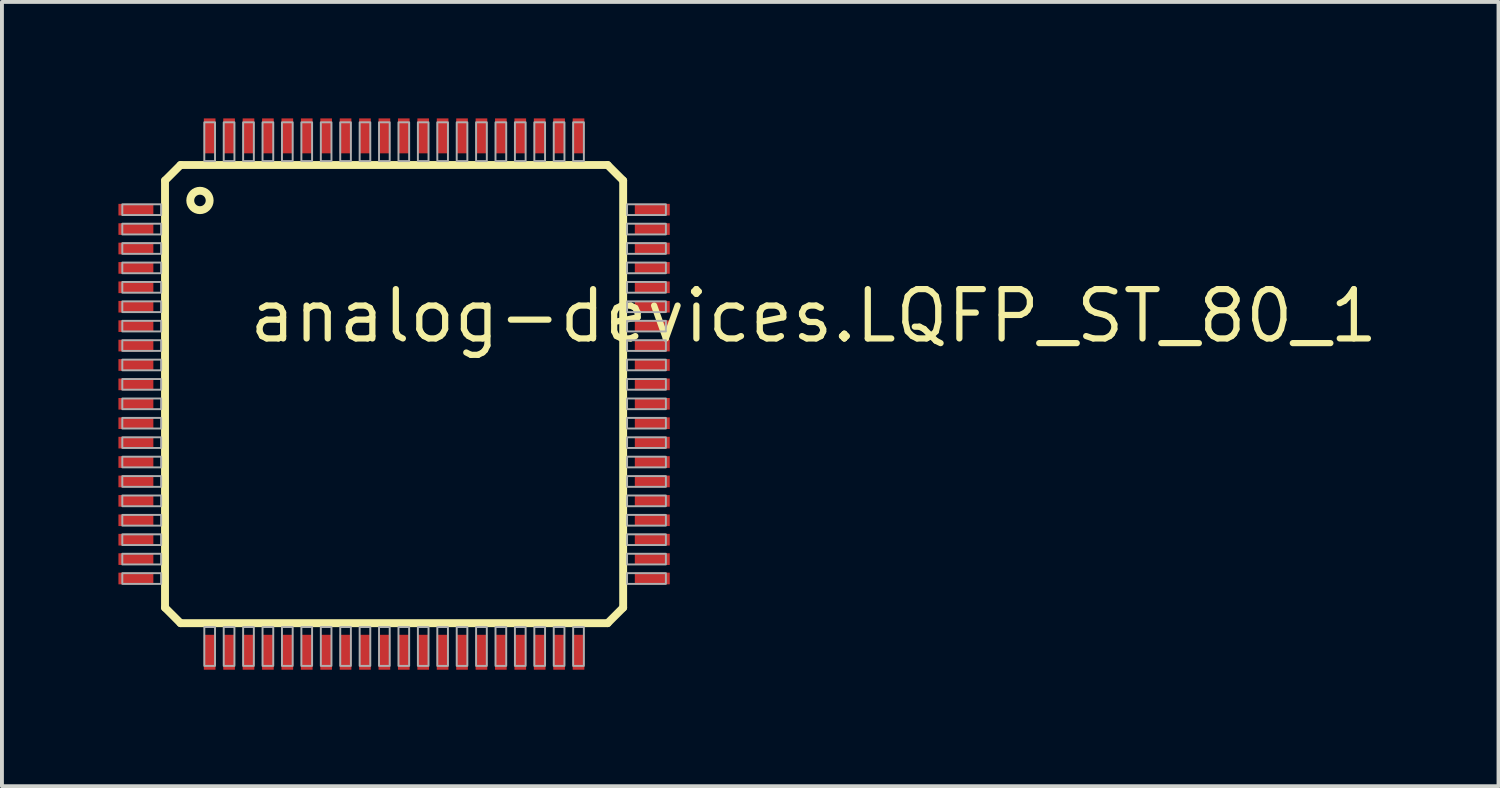
<source format=kicad_pcb>
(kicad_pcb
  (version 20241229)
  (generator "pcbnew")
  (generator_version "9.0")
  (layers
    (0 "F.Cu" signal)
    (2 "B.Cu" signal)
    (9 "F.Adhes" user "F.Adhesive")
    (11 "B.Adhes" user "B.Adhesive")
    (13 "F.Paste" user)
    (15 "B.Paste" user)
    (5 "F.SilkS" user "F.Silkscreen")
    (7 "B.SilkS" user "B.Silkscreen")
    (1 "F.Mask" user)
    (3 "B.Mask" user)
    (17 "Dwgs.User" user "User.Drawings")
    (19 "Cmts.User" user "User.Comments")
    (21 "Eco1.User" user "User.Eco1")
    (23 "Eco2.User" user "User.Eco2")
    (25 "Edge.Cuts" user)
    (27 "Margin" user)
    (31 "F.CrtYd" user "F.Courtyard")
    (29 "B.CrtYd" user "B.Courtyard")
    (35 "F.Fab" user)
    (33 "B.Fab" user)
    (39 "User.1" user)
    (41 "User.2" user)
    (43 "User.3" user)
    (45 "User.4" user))
  (footprint "analog-devices.LQFP_ST_80_1"
    (layer "F.Cu")
    (at 7.1 7.1)
    (property "Reference" "analog-devices.LQFP_ST_80_1" (at -3.81 -1.27 0) (layer "F.SilkS") (effects (font (size 1.27 1.27) (thickness 0.16)) (justify left bottom)))
    (attr smd)
    (fp_line (start -5.9 -5.5) (end -5.5 -5.9) (stroke (width 0.203) (type default)) (layer "F.SilkS"))
    (fp_line (start -5.9 5.5) (end -5.9 -5.5) (stroke (width 0.203) (type default)) (layer "F.SilkS"))
    (fp_line (start -5.5 -5.9) (end 5.5 -5.9) (stroke (width 0.203) (type default)) (layer "F.SilkS"))
    (fp_line (start -5.5 5.9) (end -5.9 5.5) (stroke (width 0.203) (type default)) (layer "F.SilkS"))
    (fp_line (start 5.5 -5.9) (end 5.9 -5.5) (stroke (width 0.203) (type default)) (layer "F.SilkS"))
    (fp_line (start 5.5 5.9) (end -5.5 5.9) (stroke (width 0.203) (type default)) (layer "F.SilkS"))
    (fp_line (start 5.9 -5.5) (end 5.9 5.5) (stroke (width 0.203) (type default)) (layer "F.SilkS"))
    (fp_line (start 5.9 5.5) (end 5.5 5.9) (stroke (width 0.203) (type default)) (layer "F.SilkS"))
    (fp_circle (center -5 -4.987) (end -4.75 -4.987) (stroke (width 0.203) (type default)) (fill no) (layer "F.SilkS"))
    (fp_rect (start -7 -4.612) (end -6 -4.888) (stroke (width 0.05) (type default)) (fill no) (layer "F.Fab"))
    (fp_rect (start -7 -4.112) (end -6 -4.388) (stroke (width 0.05) (type default)) (fill no) (layer "F.Fab"))
    (fp_rect (start -7 -3.612) (end -6 -3.888) (stroke (width 0.05) (type default)) (fill no) (layer "F.Fab"))
    (fp_rect (start -7 -3.112) (end -6 -3.388) (stroke (width 0.05) (type default)) (fill no) (layer "F.Fab"))
    (fp_rect (start -7 -2.612) (end -6 -2.888) (stroke (width 0.05) (type default)) (fill no) (layer "F.Fab"))
    (fp_rect (start -7 -2.112) (end -6 -2.388) (stroke (width 0.05) (type default)) (fill no) (layer "F.Fab"))
    (fp_rect (start -7 -1.613) (end -6 -1.887) (stroke (width 0.05) (type default)) (fill no) (layer "F.Fab"))
    (fp_rect (start -7 -1.113) (end -6 -1.387) (stroke (width 0.05) (type default)) (fill no) (layer "F.Fab"))
    (fp_rect (start -7 -0.613) (end -6 -0.887) (stroke (width 0.05) (type default)) (fill no) (layer "F.Fab"))
    (fp_rect (start -7 -0.113) (end -6 -0.388) (stroke (width 0.05) (type default)) (fill no) (layer "F.Fab"))
    (fp_rect (start -7 0.388) (end -6 0.113) (stroke (width 0.05) (type default)) (fill no) (layer "F.Fab"))
    (fp_rect (start -7 0.887) (end -6 0.613) (stroke (width 0.05) (type default)) (fill no) (layer "F.Fab"))
    (fp_rect (start -7 1.387) (end -6 1.113) (stroke (width 0.05) (type default)) (fill no) (layer "F.Fab"))
    (fp_rect (start -7 1.887) (end -6 1.613) (stroke (width 0.05) (type default)) (fill no) (layer "F.Fab"))
    (fp_rect (start -7 2.388) (end -6 2.112) (stroke (width 0.05) (type default)) (fill no) (layer "F.Fab"))
    (fp_rect (start -7 2.888) (end -6 2.612) (stroke (width 0.05) (type default)) (fill no) (layer "F.Fab"))
    (fp_rect (start -7 3.388) (end -6 3.112) (stroke (width 0.05) (type default)) (fill no) (layer "F.Fab"))
    (fp_rect (start -7 3.888) (end -6 3.612) (stroke (width 0.05) (type default)) (fill no) (layer "F.Fab"))
    (fp_rect (start -7 4.388) (end -6 4.112) (stroke (width 0.05) (type default)) (fill no) (layer "F.Fab"))
    (fp_rect (start -7 4.888) (end -6 4.612) (stroke (width 0.05) (type default)) (fill no) (layer "F.Fab"))
    (fp_rect (start -4.888 -6) (end -4.612 -7) (stroke (width 0.05) (type default)) (fill no) (layer "F.Fab"))
    (fp_rect (start -4.888 7) (end -4.612 6) (stroke (width 0.05) (type default)) (fill no) (layer "F.Fab"))
    (fp_rect (start -4.388 -6) (end -4.112 -7) (stroke (width 0.05) (type default)) (fill no) (layer "F.Fab"))
    (fp_rect (start -4.388 7) (end -4.112 6) (stroke (width 0.05) (type default)) (fill no) (layer "F.Fab"))
    (fp_rect (start -3.888 -6) (end -3.612 -7) (stroke (width 0.05) (type default)) (fill no) (layer "F.Fab"))
    (fp_rect (start -3.888 7) (end -3.612 6) (stroke (width 0.05) (type default)) (fill no) (layer "F.Fab"))
    (fp_rect (start -3.388 -6) (end -3.112 -7) (stroke (width 0.05) (type default)) (fill no) (layer "F.Fab"))
    (fp_rect (start -3.388 7) (end -3.112 6) (stroke (width 0.05) (type default)) (fill no) (layer "F.Fab"))
    (fp_rect (start -2.888 -6) (end -2.612 -7) (stroke (width 0.05) (type default)) (fill no) (layer "F.Fab"))
    (fp_rect (start -2.888 7) (end -2.612 6) (stroke (width 0.05) (type default)) (fill no) (layer "F.Fab"))
    (fp_rect (start -2.388 -6) (end -2.112 -7) (stroke (width 0.05) (type default)) (fill no) (layer "F.Fab"))
    (fp_rect (start -2.388 7) (end -2.112 6) (stroke (width 0.05) (type default)) (fill no) (layer "F.Fab"))
    (fp_rect (start -1.887 -6) (end -1.613 -7) (stroke (width 0.05) (type default)) (fill no) (layer "F.Fab"))
    (fp_rect (start -1.887 7) (end -1.613 6) (stroke (width 0.05) (type default)) (fill no) (layer "F.Fab"))
    (fp_rect (start -1.387 -6) (end -1.113 -7) (stroke (width 0.05) (type default)) (fill no) (layer "F.Fab"))
    (fp_rect (start -1.387 7) (end -1.113 6) (stroke (width 0.05) (type default)) (fill no) (layer "F.Fab"))
    (fp_rect (start -0.887 -6) (end -0.613 -7) (stroke (width 0.05) (type default)) (fill no) (layer "F.Fab"))
    (fp_rect (start -0.887 7) (end -0.613 6) (stroke (width 0.05) (type default)) (fill no) (layer "F.Fab"))
    (fp_rect (start -0.388 -6) (end -0.113 -7) (stroke (width 0.05) (type default)) (fill no) (layer "F.Fab"))
    (fp_rect (start -0.388 7) (end -0.113 6) (stroke (width 0.05) (type default)) (fill no) (layer "F.Fab"))
    (fp_rect (start 0.113 -6) (end 0.388 -7) (stroke (width 0.05) (type default)) (fill no) (layer "F.Fab"))
    (fp_rect (start 0.113 7) (end 0.388 6) (stroke (width 0.05) (type default)) (fill no) (layer "F.Fab"))
    (fp_rect (start 0.613 -6) (end 0.887 -7) (stroke (width 0.05) (type default)) (fill no) (layer "F.Fab"))
    (fp_rect (start 0.613 7) (end 0.887 6) (stroke (width 0.05) (type default)) (fill no) (layer "F.Fab"))
    (fp_rect (start 1.113 -6) (end 1.387 -7) (stroke (width 0.05) (type default)) (fill no) (layer "F.Fab"))
    (fp_rect (start 1.113 7) (end 1.387 6) (stroke (width 0.05) (type default)) (fill no) (layer "F.Fab"))
    (fp_rect (start 1.613 -6) (end 1.887 -7) (stroke (width 0.05) (type default)) (fill no) (layer "F.Fab"))
    (fp_rect (start 1.613 7) (end 1.887 6) (stroke (width 0.05) (type default)) (fill no) (layer "F.Fab"))
    (fp_rect (start 2.112 -6) (end 2.388 -7) (stroke (width 0.05) (type default)) (fill no) (layer "F.Fab"))
    (fp_rect (start 2.112 7) (end 2.388 6) (stroke (width 0.05) (type default)) (fill no) (layer "F.Fab"))
    (fp_rect (start 2.612 -6) (end 2.888 -7) (stroke (width 0.05) (type default)) (fill no) (layer "F.Fab"))
    (fp_rect (start 2.612 7) (end 2.888 6) (stroke (width 0.05) (type default)) (fill no) (layer "F.Fab"))
    (fp_rect (start 3.112 -6) (end 3.388 -7) (stroke (width 0.05) (type default)) (fill no) (layer "F.Fab"))
    (fp_rect (start 3.112 7) (end 3.388 6) (stroke (width 0.05) (type default)) (fill no) (layer "F.Fab"))
    (fp_rect (start 3.612 -6) (end 3.888 -7) (stroke (width 0.05) (type default)) (fill no) (layer "F.Fab"))
    (fp_rect (start 3.612 7) (end 3.888 6) (stroke (width 0.05) (type default)) (fill no) (layer "F.Fab"))
    (fp_rect (start 4.112 -6) (end 4.388 -7) (stroke (width 0.05) (type default)) (fill no) (layer "F.Fab"))
    (fp_rect (start 4.112 7) (end 4.388 6) (stroke (width 0.05) (type default)) (fill no) (layer "F.Fab"))
    (fp_rect (start 4.612 -6) (end 4.888 -7) (stroke (width 0.05) (type default)) (fill no) (layer "F.Fab"))
    (fp_rect (start 4.612 7) (end 4.888 6) (stroke (width 0.05) (type default)) (fill no) (layer "F.Fab"))
    (fp_rect (start 6 -4.612) (end 7 -4.888) (stroke (width 0.05) (type default)) (fill no) (layer "F.Fab"))
    (fp_rect (start 6 -4.112) (end 7 -4.388) (stroke (width 0.05) (type default)) (fill no) (layer "F.Fab"))
    (fp_rect (start 6 -3.612) (end 7 -3.888) (stroke (width 0.05) (type default)) (fill no) (layer "F.Fab"))
    (fp_rect (start 6 -3.112) (end 7 -3.388) (stroke (width 0.05) (type default)) (fill no) (layer "F.Fab"))
    (fp_rect (start 6 -2.612) (end 7 -2.888) (stroke (width 0.05) (type default)) (fill no) (layer "F.Fab"))
    (fp_rect (start 6 -2.112) (end 7 -2.388) (stroke (width 0.05) (type default)) (fill no) (layer "F.Fab"))
    (fp_rect (start 6 -1.613) (end 7 -1.887) (stroke (width 0.05) (type default)) (fill no) (layer "F.Fab"))
    (fp_rect (start 6 -1.113) (end 7 -1.387) (stroke (width 0.05) (type default)) (fill no) (layer "F.Fab"))
    (fp_rect (start 6 -0.613) (end 7 -0.887) (stroke (width 0.05) (type default)) (fill no) (layer "F.Fab"))
    (fp_rect (start 6 -0.113) (end 7 -0.388) (stroke (width 0.05) (type default)) (fill no) (layer "F.Fab"))
    (fp_rect (start 6 0.388) (end 7 0.113) (stroke (width 0.05) (type default)) (fill no) (layer "F.Fab"))
    (fp_rect (start 6 0.887) (end 7 0.613) (stroke (width 0.05) (type default)) (fill no) (layer "F.Fab"))
    (fp_rect (start 6 1.387) (end 7 1.113) (stroke (width 0.05) (type default)) (fill no) (layer "F.Fab"))
    (fp_rect (start 6 1.887) (end 7 1.613) (stroke (width 0.05) (type default)) (fill no) (layer "F.Fab"))
    (fp_rect (start 6 2.388) (end 7 2.112) (stroke (width 0.05) (type default)) (fill no) (layer "F.Fab"))
    (fp_rect (start 6 2.888) (end 7 2.612) (stroke (width 0.05) (type default)) (fill no) (layer "F.Fab"))
    (fp_rect (start 6 3.388) (end 7 3.112) (stroke (width 0.05) (type default)) (fill no) (layer "F.Fab"))
    (fp_rect (start 6 3.888) (end 7 3.612) (stroke (width 0.05) (type default)) (fill no) (layer "F.Fab"))
    (fp_rect (start 6 4.388) (end 7 4.112) (stroke (width 0.05) (type default)) (fill no) (layer "F.Fab"))
    (fp_rect (start 6 4.888) (end 7 4.612) (stroke (width 0.05) (type default)) (fill no) (layer "F.Fab"))
    (pad "1" smd roundrect (at -6.65 -4.75) (size 0.9 0.3) (layers "F.Cu" "F.Mask" "F.Paste") (roundrect_rratio 0.01))
    (pad "2" smd roundrect (at -6.65 -4.25) (size 0.9 0.3) (layers "F.Cu" "F.Mask" "F.Paste") (roundrect_rratio 0.01))
    (pad "3" smd roundrect (at -6.65 -3.75) (size 0.9 0.3) (layers "F.Cu" "F.Mask" "F.Paste") (roundrect_rratio 0.01))
    (pad "4" smd roundrect (at -6.65 -3.25) (size 0.9 0.3) (layers "F.Cu" "F.Mask" "F.Paste") (roundrect_rratio 0.01))
    (pad "5" smd roundrect (at -6.65 -2.75) (size 0.9 0.3) (layers "F.Cu" "F.Mask" "F.Paste") (roundrect_rratio 0.01))
    (pad "6" smd roundrect (at -6.65 -2.25) (size 0.9 0.3) (layers "F.Cu" "F.Mask" "F.Paste") (roundrect_rratio 0.01))
    (pad "7" smd roundrect (at -6.65 -1.75) (size 0.9 0.3) (layers "F.Cu" "F.Mask" "F.Paste") (roundrect_rratio 0.01))
    (pad "8" smd roundrect (at -6.65 -1.25) (size 0.9 0.3) (layers "F.Cu" "F.Mask" "F.Paste") (roundrect_rratio 0.01))
    (pad "9" smd roundrect (at -6.65 -0.75) (size 0.9 0.3) (layers "F.Cu" "F.Mask" "F.Paste") (roundrect_rratio 0.01))
    (pad "10" smd roundrect (at -6.65 -0.25) (size 0.9 0.3) (layers "F.Cu" "F.Mask" "F.Paste") (roundrect_rratio 0.01))
    (pad "11" smd roundrect (at -6.65 0.25) (size 0.9 0.3) (layers "F.Cu" "F.Mask" "F.Paste") (roundrect_rratio 0.01))
    (pad "12" smd roundrect (at -6.65 0.75) (size 0.9 0.3) (layers "F.Cu" "F.Mask" "F.Paste") (roundrect_rratio 0.01))
    (pad "13" smd roundrect (at -6.65 1.25) (size 0.9 0.3) (layers "F.Cu" "F.Mask" "F.Paste") (roundrect_rratio 0.01))
    (pad "14" smd roundrect (at -6.65 1.75) (size 0.9 0.3) (layers "F.Cu" "F.Mask" "F.Paste") (roundrect_rratio 0.01))
    (pad "15" smd roundrect (at -6.65 2.25) (size 0.9 0.3) (layers "F.Cu" "F.Mask" "F.Paste") (roundrect_rratio 0.01))
    (pad "16" smd roundrect (at -6.65 2.75) (size 0.9 0.3) (layers "F.Cu" "F.Mask" "F.Paste") (roundrect_rratio 0.01))
    (pad "17" smd roundrect (at -6.65 3.25) (size 0.9 0.3) (layers "F.Cu" "F.Mask" "F.Paste") (roundrect_rratio 0.01))
    (pad "18" smd roundrect (at -6.65 3.75) (size 0.9 0.3) (layers "F.Cu" "F.Mask" "F.Paste") (roundrect_rratio 0.01))
    (pad "19" smd roundrect (at -6.65 4.25) (size 0.9 0.3) (layers "F.Cu" "F.Mask" "F.Paste") (roundrect_rratio 0.01))
    (pad "20" smd roundrect (at -6.65 4.75) (size 0.9 0.3) (layers "F.Cu" "F.Mask" "F.Paste") (roundrect_rratio 0.01))
    (pad "21" smd roundrect (at -4.75 6.65 90) (size 0.9 0.3) (layers "F.Cu" "F.Mask" "F.Paste") (roundrect_rratio 0.01))
    (pad "22" smd roundrect (at -4.25 6.65 90) (size 0.9 0.3) (layers "F.Cu" "F.Mask" "F.Paste") (roundrect_rratio 0.01))
    (pad "23" smd roundrect (at -3.75 6.65 90) (size 0.9 0.3) (layers "F.Cu" "F.Mask" "F.Paste") (roundrect_rratio 0.01))
    (pad "24" smd roundrect (at -3.25 6.65 90) (size 0.9 0.3) (layers "F.Cu" "F.Mask" "F.Paste") (roundrect_rratio 0.01))
    (pad "25" smd roundrect (at -2.75 6.65 90) (size 0.9 0.3) (layers "F.Cu" "F.Mask" "F.Paste") (roundrect_rratio 0.01))
    (pad "26" smd roundrect (at -2.25 6.65 90) (size 0.9 0.3) (layers "F.Cu" "F.Mask" "F.Paste") (roundrect_rratio 0.01))
    (pad "27" smd roundrect (at -1.75 6.65 90) (size 0.9 0.3) (layers "F.Cu" "F.Mask" "F.Paste") (roundrect_rratio 0.01))
    (pad "28" smd roundrect (at -1.25 6.65 90) (size 0.9 0.3) (layers "F.Cu" "F.Mask" "F.Paste") (roundrect_rratio 0.01))
    (pad "29" smd roundrect (at -0.75 6.65 90) (size 0.9 0.3) (layers "F.Cu" "F.Mask" "F.Paste") (roundrect_rratio 0.01))
    (pad "30" smd roundrect (at -0.25 6.65 90) (size 0.9 0.3) (layers "F.Cu" "F.Mask" "F.Paste") (roundrect_rratio 0.01))
    (pad "31" smd roundrect (at 0.25 6.65 90) (size 0.9 0.3) (layers "F.Cu" "F.Mask" "F.Paste") (roundrect_rratio 0.01))
    (pad "32" smd roundrect (at 0.75 6.65 90) (size 0.9 0.3) (layers "F.Cu" "F.Mask" "F.Paste") (roundrect_rratio 0.01))
    (pad "33" smd roundrect (at 1.25 6.65 90) (size 0.9 0.3) (layers "F.Cu" "F.Mask" "F.Paste") (roundrect_rratio 0.01))
    (pad "34" smd roundrect (at 1.75 6.65 90) (size 0.9 0.3) (layers "F.Cu" "F.Mask" "F.Paste") (roundrect_rratio 0.01))
    (pad "35" smd roundrect (at 2.25 6.65 90) (size 0.9 0.3) (layers "F.Cu" "F.Mask" "F.Paste") (roundrect_rratio 0.01))
    (pad "36" smd roundrect (at 2.75 6.65 90) (size 0.9 0.3) (layers "F.Cu" "F.Mask" "F.Paste") (roundrect_rratio 0.01))
    (pad "37" smd roundrect (at 3.25 6.65 90) (size 0.9 0.3) (layers "F.Cu" "F.Mask" "F.Paste") (roundrect_rratio 0.01))
    (pad "38" smd roundrect (at 3.75 6.65 90) (size 0.9 0.3) (layers "F.Cu" "F.Mask" "F.Paste") (roundrect_rratio 0.01))
    (pad "39" smd roundrect (at 4.25 6.65 90) (size 0.9 0.3) (layers "F.Cu" "F.Mask" "F.Paste") (roundrect_rratio 0.01))
    (pad "40" smd roundrect (at 4.75 6.65 90) (size 0.9 0.3) (layers "F.Cu" "F.Mask" "F.Paste") (roundrect_rratio 0.01))
    (pad "41" smd roundrect (at 6.65 4.75 180) (size 0.9 0.3) (layers "F.Cu" "F.Mask" "F.Paste") (roundrect_rratio 0.01))
    (pad "42" smd roundrect (at 6.65 4.25 180) (size 0.9 0.3) (layers "F.Cu" "F.Mask" "F.Paste") (roundrect_rratio 0.01))
    (pad "43" smd roundrect (at 6.65 3.75 180) (size 0.9 0.3) (layers "F.Cu" "F.Mask" "F.Paste") (roundrect_rratio 0.01))
    (pad "44" smd roundrect (at 6.65 3.25 180) (size 0.9 0.3) (layers "F.Cu" "F.Mask" "F.Paste") (roundrect_rratio 0.01))
    (pad "45" smd roundrect (at 6.65 2.75 180) (size 0.9 0.3) (layers "F.Cu" "F.Mask" "F.Paste") (roundrect_rratio 0.01))
    (pad "46" smd roundrect (at 6.65 2.25 180) (size 0.9 0.3) (layers "F.Cu" "F.Mask" "F.Paste") (roundrect_rratio 0.01))
    (pad "47" smd roundrect (at 6.65 1.75 180) (size 0.9 0.3) (layers "F.Cu" "F.Mask" "F.Paste") (roundrect_rratio 0.01))
    (pad "48" smd roundrect (at 6.65 1.25 180) (size 0.9 0.3) (layers "F.Cu" "F.Mask" "F.Paste") (roundrect_rratio 0.01))
    (pad "49" smd roundrect (at 6.65 0.75 180) (size 0.9 0.3) (layers "F.Cu" "F.Mask" "F.Paste") (roundrect_rratio 0.01))
    (pad "50" smd roundrect (at 6.65 0.25 180) (size 0.9 0.3) (layers "F.Cu" "F.Mask" "F.Paste") (roundrect_rratio 0.01))
    (pad "51" smd roundrect (at 6.65 -0.25 180) (size 0.9 0.3) (layers "F.Cu" "F.Mask" "F.Paste") (roundrect_rratio 0.01))
    (pad "52" smd roundrect (at 6.65 -0.75 180) (size 0.9 0.3) (layers "F.Cu" "F.Mask" "F.Paste") (roundrect_rratio 0.01))
    (pad "53" smd roundrect (at 6.65 -1.25 180) (size 0.9 0.3) (layers "F.Cu" "F.Mask" "F.Paste") (roundrect_rratio 0.01))
    (pad "54" smd roundrect (at 6.65 -1.75 180) (size 0.9 0.3) (layers "F.Cu" "F.Mask" "F.Paste") (roundrect_rratio 0.01))
    (pad "55" smd roundrect (at 6.65 -2.25 180) (size 0.9 0.3) (layers "F.Cu" "F.Mask" "F.Paste") (roundrect_rratio 0.01))
    (pad "56" smd roundrect (at 6.65 -2.75 180) (size 0.9 0.3) (layers "F.Cu" "F.Mask" "F.Paste") (roundrect_rratio 0.01))
    (pad "57" smd roundrect (at 6.65 -3.25 180) (size 0.9 0.3) (layers "F.Cu" "F.Mask" "F.Paste") (roundrect_rratio 0.01))
    (pad "58" smd roundrect (at 6.65 -3.75 180) (size 0.9 0.3) (layers "F.Cu" "F.Mask" "F.Paste") (roundrect_rratio 0.01))
    (pad "59" smd roundrect (at 6.65 -4.25 180) (size 0.9 0.3) (layers "F.Cu" "F.Mask" "F.Paste") (roundrect_rratio 0.01))
    (pad "60" smd roundrect (at 6.65 -4.75 180) (size 0.9 0.3) (layers "F.Cu" "F.Mask" "F.Paste") (roundrect_rratio 0.01))
    (pad "61" smd roundrect (at 4.75 -6.65 270) (size 0.9 0.3) (layers "F.Cu" "F.Mask" "F.Paste") (roundrect_rratio 0.01))
    (pad "62" smd roundrect (at 4.25 -6.65 270) (size 0.9 0.3) (layers "F.Cu" "F.Mask" "F.Paste") (roundrect_rratio 0.01))
    (pad "63" smd roundrect (at 3.75 -6.65 270) (size 0.9 0.3) (layers "F.Cu" "F.Mask" "F.Paste") (roundrect_rratio 0.01))
    (pad "64" smd roundrect (at 3.25 -6.65 270) (size 0.9 0.3) (layers "F.Cu" "F.Mask" "F.Paste") (roundrect_rratio 0.01))
    (pad "65" smd roundrect (at 2.75 -6.65 270) (size 0.9 0.3) (layers "F.Cu" "F.Mask" "F.Paste") (roundrect_rratio 0.01))
    (pad "66" smd roundrect (at 2.25 -6.65 270) (size 0.9 0.3) (layers "F.Cu" "F.Mask" "F.Paste") (roundrect_rratio 0.01))
    (pad "67" smd roundrect (at 1.75 -6.65 270) (size 0.9 0.3) (layers "F.Cu" "F.Mask" "F.Paste") (roundrect_rratio 0.01))
    (pad "68" smd roundrect (at 1.25 -6.65 270) (size 0.9 0.3) (layers "F.Cu" "F.Mask" "F.Paste") (roundrect_rratio 0.01))
    (pad "69" smd roundrect (at 0.75 -6.65 270) (size 0.9 0.3) (layers "F.Cu" "F.Mask" "F.Paste") (roundrect_rratio 0.01))
    (pad "70" smd roundrect (at 0.25 -6.65 270) (size 0.9 0.3) (layers "F.Cu" "F.Mask" "F.Paste") (roundrect_rratio 0.01))
    (pad "71" smd roundrect (at -0.25 -6.65 270) (size 0.9 0.3) (layers "F.Cu" "F.Mask" "F.Paste") (roundrect_rratio 0.01))
    (pad "72" smd roundrect (at -0.75 -6.65 270) (size 0.9 0.3) (layers "F.Cu" "F.Mask" "F.Paste") (roundrect_rratio 0.01))
    (pad "73" smd roundrect (at -1.25 -6.65 270) (size 0.9 0.3) (layers "F.Cu" "F.Mask" "F.Paste") (roundrect_rratio 0.01))
    (pad "74" smd roundrect (at -1.75 -6.65 270) (size 0.9 0.3) (layers "F.Cu" "F.Mask" "F.Paste") (roundrect_rratio 0.01))
    (pad "75" smd roundrect (at -2.25 -6.65 270) (size 0.9 0.3) (layers "F.Cu" "F.Mask" "F.Paste") (roundrect_rratio 0.01))
    (pad "76" smd roundrect (at -2.75 -6.65 270) (size 0.9 0.3) (layers "F.Cu" "F.Mask" "F.Paste") (roundrect_rratio 0.01))
    (pad "77" smd roundrect (at -3.25 -6.65 270) (size 0.9 0.3) (layers "F.Cu" "F.Mask" "F.Paste") (roundrect_rratio 0.01))
    (pad "78" smd roundrect (at -3.75 -6.65 270) (size 0.9 0.3) (layers "F.Cu" "F.Mask" "F.Paste") (roundrect_rratio 0.01))
    (pad "79" smd roundrect (at -4.25 -6.65 270) (size 0.9 0.3) (layers "F.Cu" "F.Mask" "F.Paste") (roundrect_rratio 0.01))
    (pad "80" smd roundrect (at -4.75 -6.65 270) (size 0.9 0.3) (layers "F.Cu" "F.Mask" "F.Paste") (roundrect_rratio 0.01)))
  (gr_rect
    (start -3 -3)
    (end 35.545 17.2)
    (stroke (width 0.1) (type default))
    (fill no)
    (layer "Edge.Cuts")))
</source>
